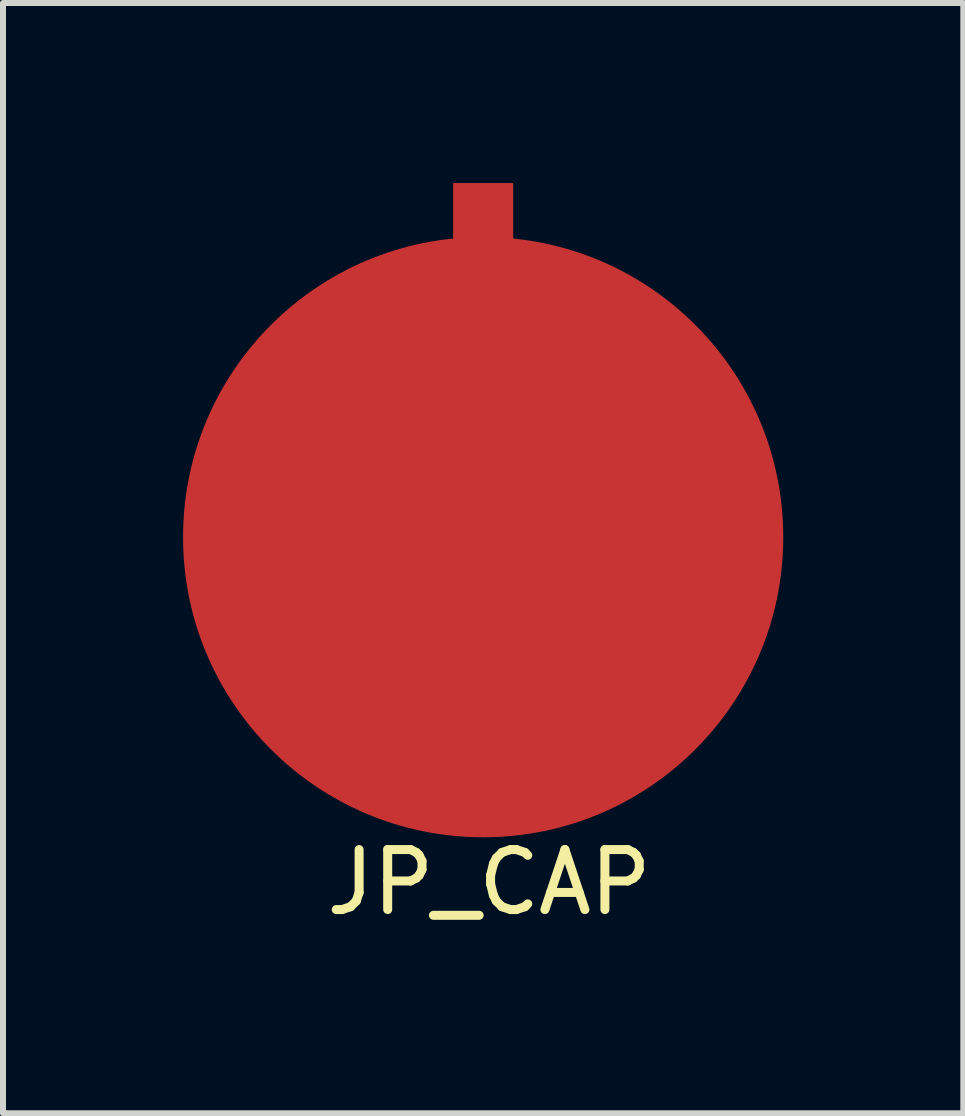
<source format=kicad_pcb>
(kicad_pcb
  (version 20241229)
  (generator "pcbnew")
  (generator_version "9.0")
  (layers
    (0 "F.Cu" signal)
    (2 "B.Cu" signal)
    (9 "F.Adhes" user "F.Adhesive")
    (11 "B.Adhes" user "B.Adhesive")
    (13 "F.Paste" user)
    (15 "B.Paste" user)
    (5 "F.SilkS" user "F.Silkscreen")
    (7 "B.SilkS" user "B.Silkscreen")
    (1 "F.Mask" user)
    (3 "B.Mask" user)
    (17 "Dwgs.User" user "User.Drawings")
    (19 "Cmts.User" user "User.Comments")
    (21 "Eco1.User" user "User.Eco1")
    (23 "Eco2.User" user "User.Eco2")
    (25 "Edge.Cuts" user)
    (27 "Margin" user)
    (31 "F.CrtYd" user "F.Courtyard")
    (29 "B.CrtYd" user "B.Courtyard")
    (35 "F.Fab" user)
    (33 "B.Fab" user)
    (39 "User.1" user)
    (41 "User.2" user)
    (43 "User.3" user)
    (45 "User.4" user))
  (footprint "JP_CAP"
    (layer "F.Cu")
    (at 5 5.9)
    (property "Reference" "JP_CAP" (at 0.1 5.75 0) (layer "F.SilkS") (effects (font (size 1 1) (thickness 0.15))))
    (attr through_hole)
    (pad "1" smd circle (at 0 0) (size 10 10) (layers "F.Cu" "F.Mask" "F.Paste"))
    (pad "2" smd rect (at 0 -5.4) (size 1 1) (layers "F.Cu" "F.Mask" "F.Paste")))
  (gr_rect
    (start -3 -3)
    (end 13 15.498)
    (stroke (width 0.1) (type default))
    (fill no)
    (layer "Edge.Cuts")))
</source>
